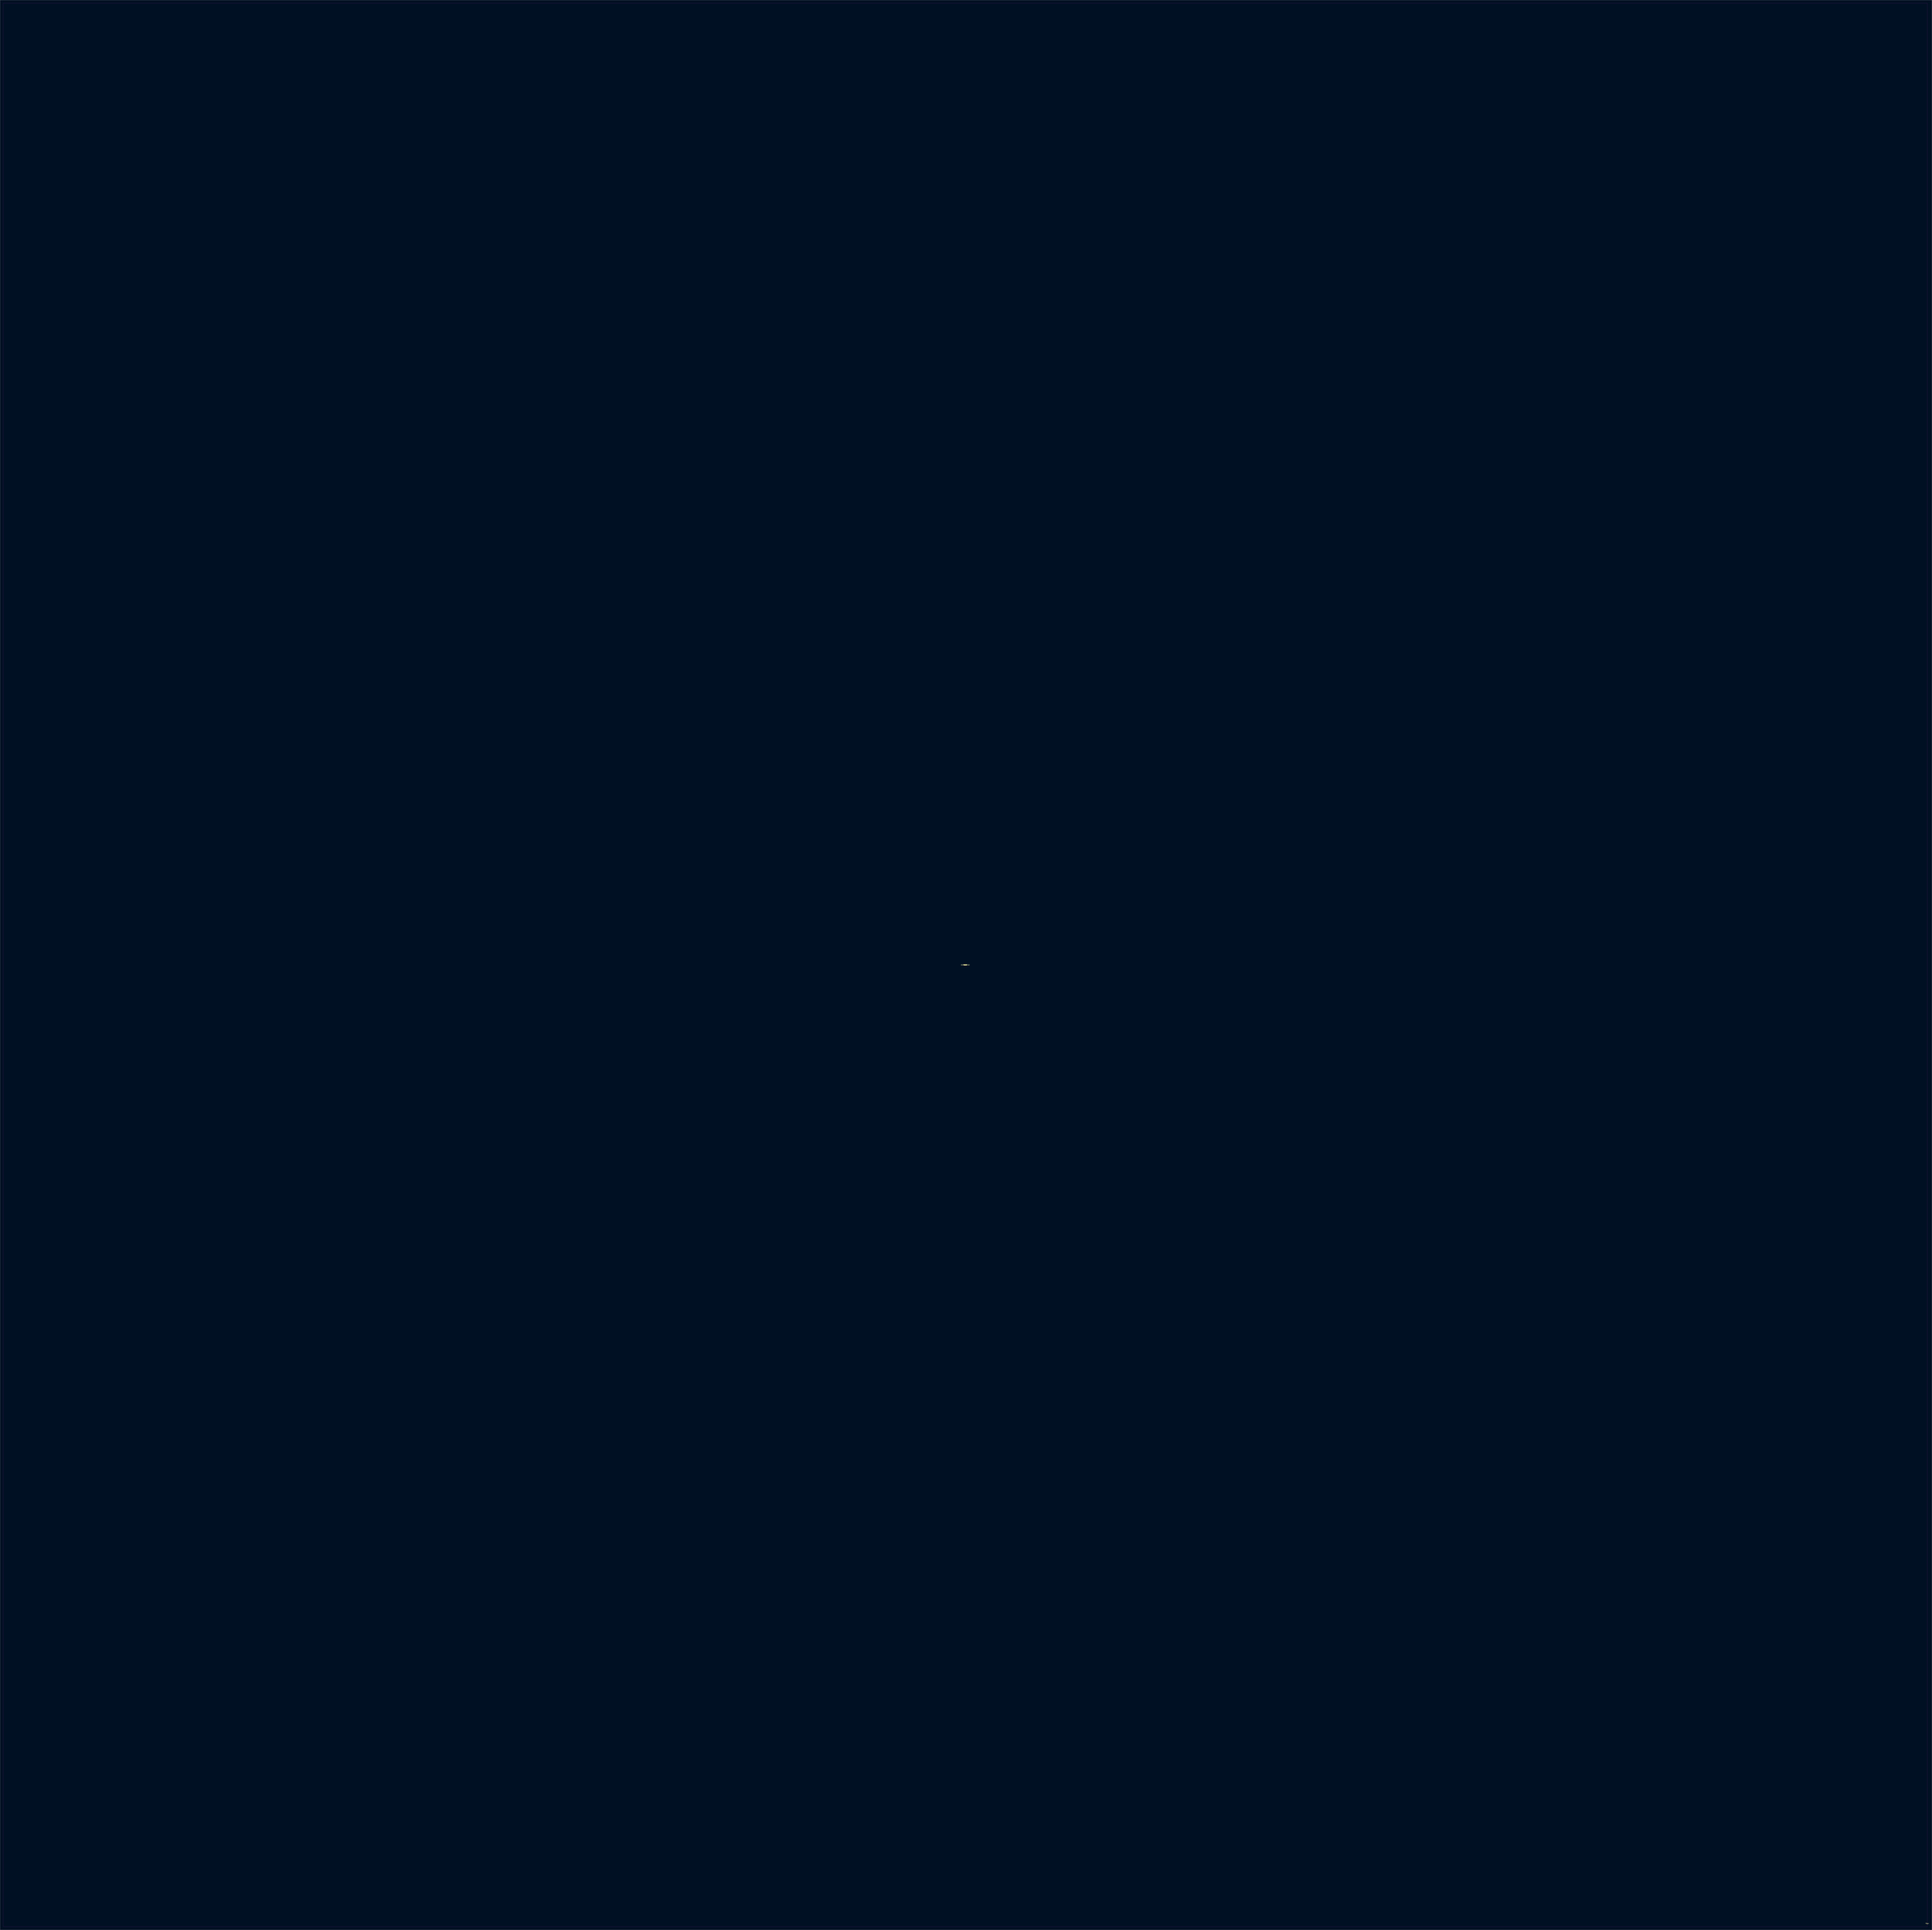
<source format=kicad_pcb>
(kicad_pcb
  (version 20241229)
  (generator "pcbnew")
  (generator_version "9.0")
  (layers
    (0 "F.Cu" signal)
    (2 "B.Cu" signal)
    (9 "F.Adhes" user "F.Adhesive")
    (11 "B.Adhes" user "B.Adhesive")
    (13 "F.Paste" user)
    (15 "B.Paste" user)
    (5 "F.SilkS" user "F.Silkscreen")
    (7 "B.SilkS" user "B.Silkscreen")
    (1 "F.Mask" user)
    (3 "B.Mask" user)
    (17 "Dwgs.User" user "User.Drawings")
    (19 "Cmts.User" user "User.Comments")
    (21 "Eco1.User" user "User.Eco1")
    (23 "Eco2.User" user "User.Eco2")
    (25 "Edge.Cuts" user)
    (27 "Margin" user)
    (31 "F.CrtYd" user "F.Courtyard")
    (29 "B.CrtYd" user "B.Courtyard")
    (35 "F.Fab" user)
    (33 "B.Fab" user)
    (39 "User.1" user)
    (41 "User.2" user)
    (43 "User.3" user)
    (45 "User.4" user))
  (footprint "ttgo"
    (layer "F.Cu")
    (at 1844.899 1844.899)
    (property "Reference" "ttgo" (at 0 -3 0) (layer "F.SilkS") (effects (font (size 1 1) (thickness 0.15))))
    (attr through_hole)
    (fp_line (start -922.337 -922.337) (end -922.337 -922.337) (stroke (width 0.1) (type solid)) (layer "F.SilkS"))
    (fp_line (start -922.337 -922.337) (end -922.337 -922.337) (stroke (width 0.1) (type solid)) (layer "F.SilkS"))
    (fp_line (start -922.337 -922.337) (end -922.337 -922.337) (stroke (width 0.1) (type solid)) (layer "F.SilkS"))
    (fp_line (start -922.337 -922.337) (end -922.337 -922.337) (stroke (width 0.1) (type solid)) (layer "F.SilkS"))
    (fp_line (start -922.337 -922.337) (end -922.337 -922.337) (stroke (width 0.1) (type solid)) (layer "F.SilkS"))
    (fp_line (start -922.337 -922.337) (end -922.337 -922.337) (stroke (width 0.1) (type solid)) (layer "F.SilkS"))
    (fp_line (start -922.337 -922.337) (end -922.337 -922.337) (stroke (width 0.1) (type solid)) (layer "F.SilkS"))
    (fp_line (start -922.337 -922.337) (end -922.337 -922.337) (stroke (width 0.1) (type solid)) (layer "F.SilkS"))
    (fp_line (start -922.337 -922.337) (end -922.337 -922.337) (stroke (width 0.1) (type solid)) (layer "F.SilkS"))
    (fp_line (start -922.337 -922.337) (end -922.337 -922.337) (stroke (width 0.1) (type solid)) (layer "F.SilkS"))
    (fp_line (start -922.337 -922.337) (end -922.337 -922.337) (stroke (width 0.1) (type solid)) (layer "F.SilkS"))
    (fp_line (start -922.337 -922.337) (end -922.337 -922.337) (stroke (width 0.1) (type solid)) (layer "F.SilkS"))
    (fp_line (start -922.337 -922.337) (end -922.337 -922.337) (stroke (width 0.1) (type solid)) (layer "F.SilkS"))
    (fp_line (start -922.337 -922.337) (end -922.337 -922.337) (stroke (width 0.1) (type solid)) (layer "F.SilkS"))
    (fp_line (start -922.337 -922.337) (end -922.337 -922.337) (stroke (width 0.1) (type solid)) (layer "F.SilkS"))
    (fp_line (start -922.337 -922.337) (end -922.337 -922.337) (stroke (width 0.1) (type solid)) (layer "F.SilkS"))
    (fp_line (start -922.337 -922.337) (end -922.337 -922.337) (stroke (width 0.1) (type solid)) (layer "F.SilkS"))
    (fp_line (start -922.337 -922.337) (end -922.337 -922.337) (stroke (width 0.1) (type solid)) (layer "F.SilkS"))
    (fp_line (start -922.337 -922.337) (end -922.337 -922.337) (stroke (width 0.1) (type solid)) (layer "F.SilkS"))
    (fp_line (start -922.337 -922.337) (end -922.337 -922.337) (stroke (width 0.1) (type solid)) (layer "F.SilkS"))
    (fp_line (start -922.337 -922.337) (end -922.337 -922.337) (stroke (width 0.1) (type solid)) (layer "F.SilkS"))
    (fp_line (start -922.337 -922.337) (end -922.337 -922.337) (stroke (width 0.1) (type solid)) (layer "F.SilkS"))
    (fp_line (start -1844.874 -1844.874) (end -1844.874 0.2) (stroke (width 0.05) (type solid)) (layer "F.CrtYd"))
    (fp_line (start -1844.874 0.2) (end 0.2 0.2) (stroke (width 0.05) (type solid)) (layer "F.CrtYd"))
    (fp_line (start 0.2 -1844.874) (end -1844.874 -1844.874) (stroke (width 0.05) (type solid)) (layer "F.CrtYd"))
    (fp_line (start 0.2 0.2) (end 0.2 -1844.874) (stroke (width 0.05) (type solid)) (layer "F.CrtYd"))
    (fp_text user "USB" (at -922.337 -922.337 0) (layer "F.SilkS") (effects (font (size 1 1) (thickness 0.15))))
    (fp_text user "OLED" (at -922.337 -922.337 0) (layer "F.SilkS") (effects (font (size 1 1) (thickness 0.15))))
    (fp_text user "ESP32TTGO" (at -922.337 -922.337 0) (layer "F.SilkS") (effects (font (size 1 1) (thickness 0.15))))
    (fp_text user "RST" (at -922.337 -922.337 0) (layer "F.SilkS") (effects (font (size 1 1) (thickness 0.15))))
    (fp_text user "B0" (at -922.337 -922.337 0) (layer "F.SilkS") (effects (font (size 1 1) (thickness 0.15))))
    (pad "~" thru_hole circle (at -922.337 -922.337) (size 0.001 0.001) (layers "*.Cu"))
    (pad "~" thru_hole circle (at -922.337 -922.337) (size 0.001 0.001) (layers "*.Cu"))
    (pad "~" thru_hole circle (at -922.337 -922.337) (size 0.001 0.001) (layers "*.Cu"))
    (pad "~" thru_hole circle (at -922.337 -922.337) (size 0.001 0.001) (layers "*.Cu"))
    (pad "~" thru_hole circle (at -922.337 -922.337) (size 0.001 0.001) (layers "*.Cu"))
    (pad "~" thru_hole circle (at -922.337 -922.337) (size 0.001 0.001) (layers "*.Cu"))
    (pad "~" thru_hole circle (at -922.337 -922.337) (size 0.001 0.001) (layers "*.Cu"))
    (pad "~" thru_hole circle (at -922.337 -922.337) (size 0.001 0.001) (layers "*.Cu"))
    (pad "~" thru_hole circle (at -922.337 -922.337) (size 0.001 0.001) (layers "*.Cu"))
    (pad "~" thru_hole circle (at -922.337 -922.337) (size 0.001 0.001) (layers "*.Cu"))
    (pad "~" thru_hole circle (at -922.337 -922.337) (size 0.001 0.001) (layers "*.Cu"))
    (pad "~" thru_hole circle (at -922.337 -922.337) (size 0.001 0.001) (layers "*.Cu"))
    (pad "~" thru_hole circle (at -922.337 -922.337) (size 0.001 0.001) (layers "*.Cu"))
    (pad "~" thru_hole circle (at -922.337 -922.337) (size 0.001 0.001) (layers "*.Cu"))
    (pad "~" thru_hole circle (at -922.337 -922.337) (size 0.001 0.001) (layers "*.Cu"))
    (pad "~" thru_hole circle (at -922.337 -922.337) (size 0.001 0.001) (layers "*.Cu"))
    (pad "~" thru_hole circle (at -922.337 -922.337) (size 0.001 0.001) (layers "*.Cu"))
    (pad "~" thru_hole circle (at -922.337 -922.337) (size 0.001 0.001) (layers "*.Cu"))
    (pad "~" thru_hole circle (at -922.337 -922.337) (size 0.001 0.001) (layers "*.Cu"))
    (pad "~" thru_hole circle (at -922.337 -922.337) (size 0.001 0.001) (layers "*.Cu"))
    (pad "~" thru_hole circle (at -922.337 -922.337) (size 0.001 0.001) (layers "*.Cu"))
    (pad "~" thru_hole circle (at -922.337 -922.337) (size 0.001 0.001) (layers "*.Cu"))
    (pad "~" thru_hole circle (at -922.337 -922.337) (size 0.001 0.001) (layers "*.Cu"))
    (pad "~" thru_hole circle (at -922.337 -922.337) (size 0.001 0.001) (layers "*.Cu"))
    (pad "~" thru_hole circle (at -922.337 -922.337) (size 0.001 0.001) (layers "*.Cu"))
    (pad "~" thru_hole circle (at -922.337 -922.337) (size 0.001 0.001) (layers "*.Cu"))
    (pad "~" thru_hole circle (at -922.337 -922.337) (size 0.001 0.001) (layers "*.Cu"))
    (pad "~" thru_hole circle (at -922.337 -922.337) (size 0.001 0.001) (layers "*.Cu"))
    (pad "~" thru_hole circle (at -922.337 -922.337) (size 0.001 0.001) (layers "*.Cu"))
    (pad "~" thru_hole circle (at -922.337 -922.337) (size 0.001 0.001) (layers "*.Cu"))
    (pad "~" thru_hole circle (at -922.337 -922.337) (size 0.001 0.001) (layers "*.Cu"))
    (pad "~" thru_hole circle (at -922.337 -922.337) (size 0.001 0.001) (layers "*.Cu"))
    (pad "~" thru_hole circle (at -922.337 -922.337) (size 0.001 0.001) (layers "*.Cu"))
    (pad "~" thru_hole circle (at -922.337 -922.337) (size 0.001 0.001) (layers "*.Cu"))
    (pad "~" thru_hole circle (at -922.337 -922.337) (size 0.001 0.001) (layers "*.Cu"))
    (pad "~" thru_hole circle (at -922.337 -922.337) (size 0.001 0.001) (layers "*.Cu")))
  (gr_rect
    (start -3 -3)
    (end 1849.501 1848.149)
    (stroke (width 0.1) (type default))
    (fill no)
    (layer "Edge.Cuts")))
</source>
